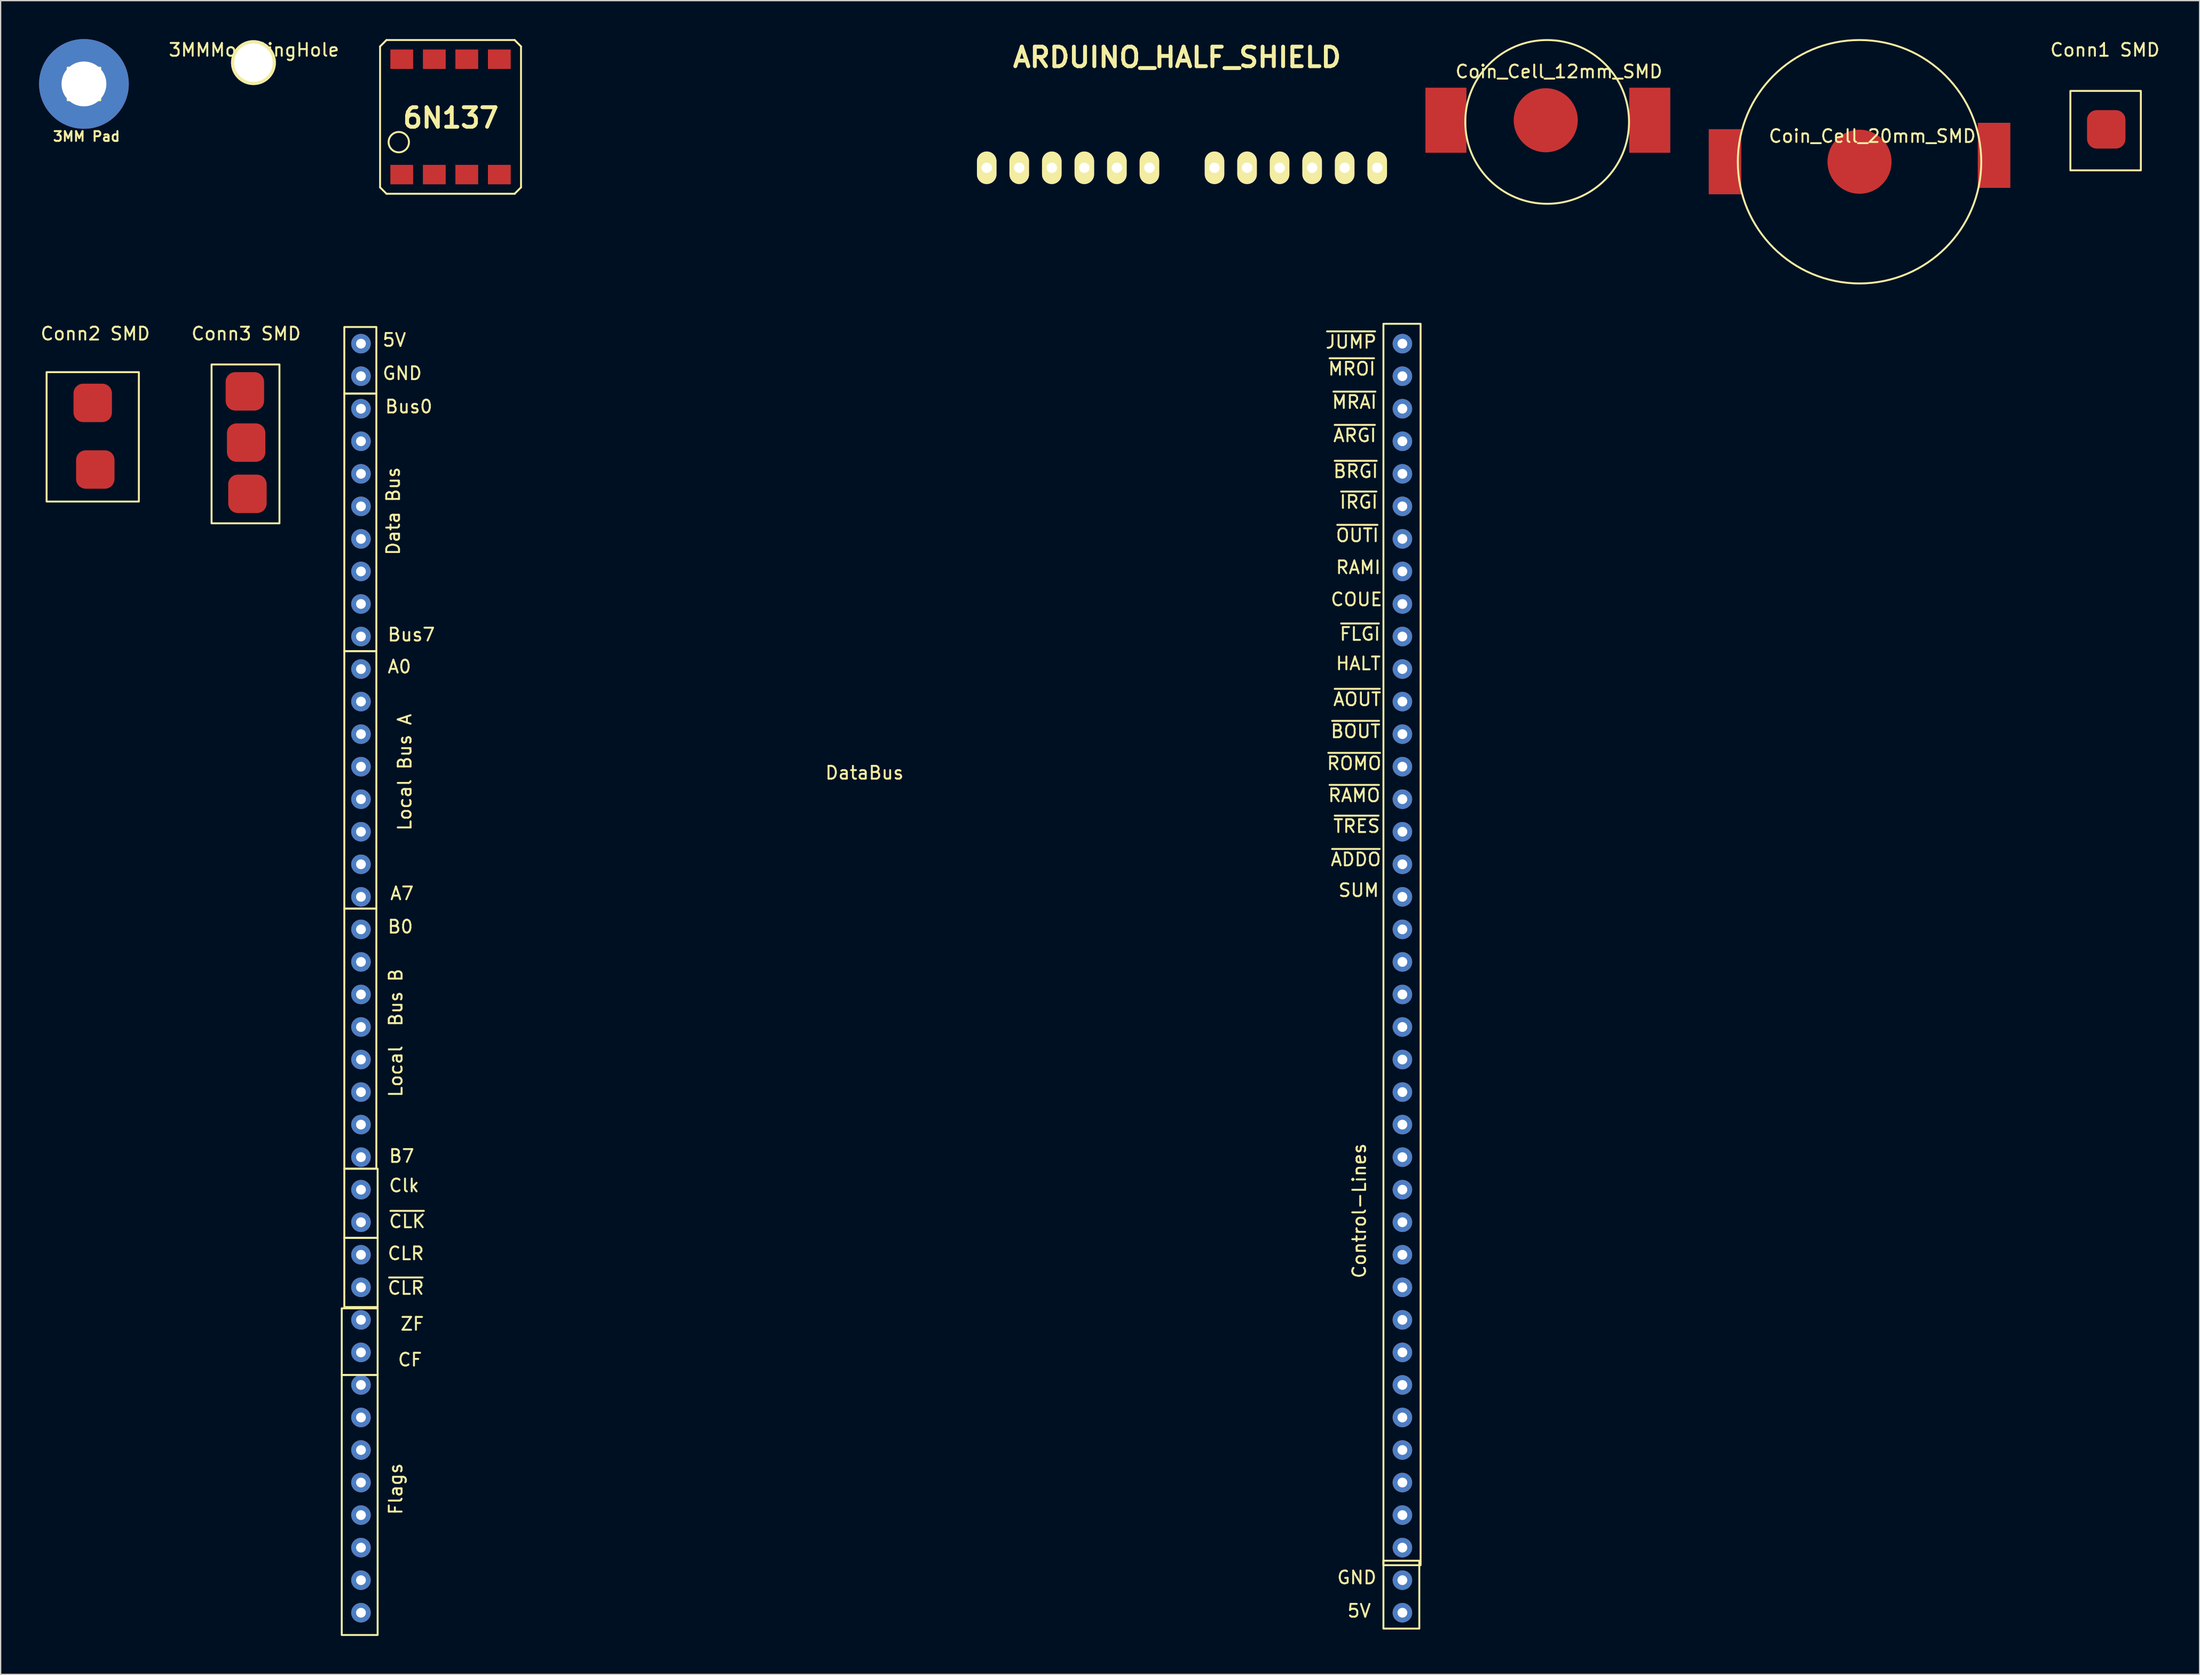
<source format=kicad_pcb>
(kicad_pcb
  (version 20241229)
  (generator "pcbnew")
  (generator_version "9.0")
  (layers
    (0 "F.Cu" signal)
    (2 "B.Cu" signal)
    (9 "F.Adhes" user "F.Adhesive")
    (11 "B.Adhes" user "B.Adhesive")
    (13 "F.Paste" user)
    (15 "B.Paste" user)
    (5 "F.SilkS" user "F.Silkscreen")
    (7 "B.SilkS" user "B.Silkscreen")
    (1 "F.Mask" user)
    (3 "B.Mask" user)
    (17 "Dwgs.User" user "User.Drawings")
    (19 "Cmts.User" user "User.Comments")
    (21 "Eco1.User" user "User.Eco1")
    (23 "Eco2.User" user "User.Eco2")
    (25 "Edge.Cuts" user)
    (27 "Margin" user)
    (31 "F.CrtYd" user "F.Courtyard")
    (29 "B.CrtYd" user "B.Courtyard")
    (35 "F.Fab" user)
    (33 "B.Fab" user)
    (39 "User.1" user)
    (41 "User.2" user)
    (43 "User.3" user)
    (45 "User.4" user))
  (footprint "3MMMountingHole"
    (layer "F.Cu")
    (at 16.771 0.848)
    (property "Reference" "3MMMountingHole" (at 0 0 0) (layer "F.SilkS") (effects (font (size 1 1) (thickness 0.15))))
    (pad "1" thru_hole circle (at -0.04 0.99) (size 3.5 3.5) (drill 3) (layers "*.Cu" "*.Mask" "F.SilkS")))
  (footprint "Conn2 SMD"
    (layer "F.Cu")
    (at 4.287 28.498)
    (property "Reference" "Conn2 SMD" (at 0.1 -5.5 0) (unlocked yes) (layer "F.SilkS") (effects (font (size 1 1) (thickness 0.15))))
    (attr smd)
    (fp_rect (start -3.7 -2.5) (end 3.5 7.6) (stroke (width 0.15) (type default)) (fill no) (layer "F.SilkS"))
    (pad "1" smd roundrect (at -0.1 -0.1) (size 3 3) (layers "F.Cu" "F.Mask" "F.Paste") (roundrect_rratio 0.25))
    (pad "2" smd roundrect (at 0.1 5.1) (size 3 3) (layers "F.Cu" "F.Mask" "F.Paste") (roundrect_rratio 0.25)))
  (footprint "Coin_Cell_12mm_SMD"
    (layer "F.Cu")
    (at 118.091 6.336)
    (property "Reference" "Coin_Cell_12mm_SMD" (at 0.53 -3.8 0) (layer "F.SilkS") (effects (font (size 1 1) (thickness 0.15))))
    (fp_circle (center -0.39 0.13) (end 6 0.21) (stroke (width 0.15) (type solid)) (fill no) (layer "F.SilkS"))
    (pad "1" smd rect (at -8.29 0) (size 3.2 5.08) (layers "F.Cu" "F.Mask" "F.Paste"))
    (pad "1" smd rect (at 7.62 0) (size 3.2 5.08) (layers "F.Cu" "F.Mask" "F.Paste"))
    (pad "2" smd circle (at -0.5 0) (size 5 5) (layers "F.Cu" "F.Mask" "F.Paste")))
  (footprint "Coin_Cell_20mm_SMD"
    (layer "F.Cu")
    (at 142.581 9.575)
    (property "Reference" "Coin_Cell_20mm_SMD" (at 0.5 -2 0) (layer "F.SilkS") (effects (font (size 1 1) (thickness 0.15))))
    (fp_circle (center -0.5 0) (end 9 0) (stroke (width 0.15) (type solid)) (fill no) (layer "F.SilkS"))
    (pad "1" smd rect (at -11 0) (size 2.54 5.08) (layers "F.Cu" "F.Mask" "F.Paste"))
    (pad "1" smd rect (at 10 -0.5) (size 2.54 5.08) (layers "F.Cu" "F.Mask" "F.Paste"))
    (pad "2" smd circle (at -0.5 0) (size 5 5) (layers "F.Cu" "F.Mask" "F.Paste")))
  (footprint "6N137"
    (layer "F.Cu")
    (at 32.114 6.075)
    (property "Reference" "6N137" (at 0.02 0.08 0) (layer "F.SilkS") (effects (font (size 1.524 1.524) (thickness 0.305))))
    (fp_line (start -5.5 -5.5) (end -5.5 5.5) (stroke (width 0.15) (type solid)) (layer "F.SilkS"))
    (fp_line (start -5.5 5.5) (end -5 6) (stroke (width 0.15) (type solid)) (layer "F.SilkS"))
    (fp_line (start -5 -6) (end -5.5 -5.5) (stroke (width 0.15) (type solid)) (layer "F.SilkS"))
    (fp_line (start -5 6) (end 5 6) (stroke (width 0.15) (type solid)) (layer "F.SilkS"))
    (fp_line (start 5 -6) (end -5 -6) (stroke (width 0.15) (type solid)) (layer "F.SilkS"))
    (fp_line (start 5 6) (end 5.5 5.5) (stroke (width 0.15) (type solid)) (layer "F.SilkS"))
    (fp_line (start 5.5 -5.5) (end 5 -6) (stroke (width 0.15) (type solid)) (layer "F.SilkS"))
    (fp_line (start 5.5 5.5) (end 5.5 -5.5) (stroke (width 0.15) (type solid)) (layer "F.SilkS"))
    (fp_circle (center -4.04 1.97) (end -3.4 2.44) (stroke (width 0.15) (type solid)) (fill no) (layer "F.SilkS"))
    (pad "1" smd rect (at -3.807 4.503 180) (size 1.778 1.519) (layers "F.Cu" "F.Mask" "F.Paste"))
    (pad "2" smd rect (at -1.267 4.503 180) (size 1.778 1.519) (layers "F.Cu" "F.Mask" "F.Paste"))
    (pad "3" smd rect (at 1.267 4.503 180) (size 1.778 1.519) (layers "F.Cu" "F.Mask" "F.Paste"))
    (pad "4" smd rect (at 3.807 4.503 180) (size 1.778 1.519) (layers "F.Cu" "F.Mask" "F.Paste"))
    (pad "5" smd rect (at 3.807 -4.503) (size 1.778 1.519) (layers "F.Cu" "F.Mask" "F.Paste"))
    (pad "6" smd rect (at 1.267 -4.503) (size 1.778 1.519) (layers "F.Cu" "F.Mask" "F.Paste"))
    (pad "7" smd rect (at -1.267 -4.503) (size 1.778 1.519) (layers "F.Cu" "F.Mask" "F.Paste"))
    (pad "8" smd rect (at -3.807 -4.503) (size 1.778 1.519) (layers "F.Cu" "F.Mask" "F.Paste")))
  (footprint "Conn1 SMD"
    (layer "F.Cu")
    (at 161.237 7.148)
    (property "Reference" "Conn1 SMD" (at 0 -6.3 0) (unlocked yes) (layer "F.SilkS") (effects (font (size 1 1) (thickness 0.15))))
    (attr smd)
    (fp_rect (start -2.7 -3.1) (end 2.8 3.1) (stroke (width 0.15) (type default)) (fill no) (layer "F.SilkS"))
    (pad "1" smd roundrect (at 0.1 -0.1) (size 3 3) (layers "F.Cu" "F.Mask" "F.Paste") (roundrect_rratio 0.25)))
  (footprint "DataBus"
    (layer "F.Cu")
    (at 64.923 59.975)
    (property "Reference" "DataBus" (at -0.5 -2.7 0) (unlocked yes) (layer "F.SilkS") (effects (font (size 1 1) (thickness 0.15))))
    (attr through_hole)
    (fp_rect (start -41.3 39.1) (end -38.5 44.3) (stroke (width 0.15) (type default)) (fill no) (layer "F.SilkS"))
    (fp_rect (start -41.3 44.3) (end -38.5 64.6) (stroke (width 0.15) (type default)) (fill no) (layer "F.SilkS"))
    (fp_rect (start -41.1 -37.5) (end -38.6 -32.3) (stroke (width 0.15) (type default)) (fill no) (layer "F.SilkS"))
    (fp_rect (start -41.1 -32.3) (end -38.6 -12.2) (stroke (width 0.15) (type default)) (fill no) (layer "F.SilkS"))
    (fp_rect (start -41.1 -12.2) (end -38.6 7.9) (stroke (width 0.15) (type default)) (fill no) (layer "F.SilkS"))
    (fp_rect (start -41.1 7.9) (end -38.6 28.2) (stroke (width 0.15) (type default)) (fill no) (layer "F.SilkS"))
    (fp_rect (start -41.1 28.2) (end -38.5 33.6) (stroke (width 0.15) (type default)) (fill no) (layer "F.SilkS"))
    (fp_rect (start -41.1 33.6) (end -38.5 39) (stroke (width 0.15) (type default)) (fill no) (layer "F.SilkS"))
    (fp_rect (start 40 -37.75) (end 42.9 59.15) (stroke (width 0.15) (type default)) (fill no) (layer "F.SilkS"))
    (fp_rect (start 40 58.8) (end 42.8 64.1) (stroke (width 0.15) (type default)) (fill no) (layer "F.SilkS"))
    (fp_text user "SUM" (at 36.4 7.05 0) (unlocked yes) (layer "F.SilkS") (effects (font (size 1 1) (thickness 0.15)) (justify left bottom)))
    (fp_text user "~{MROI}" (at 35.6 -33.65 0) (unlocked yes) (layer "F.SilkS") (effects (font (size 1 1) (thickness 0.15)) (justify left bottom)))
    (fp_text user "~{RAMO}" (at 35.6 -0.35 0) (unlocked yes) (layer "F.SilkS") (effects (font (size 1 1) (thickness 0.15)) (justify left bottom)))
    (fp_text user "Clk" (at -37.7 30.1 0) (unlocked yes) (layer "F.SilkS") (effects (font (size 1 1) (thickness 0.15)) (justify left bottom)))
    (fp_text user "Control-Lines" (at 38.7 36.85 90) (unlocked yes) (layer "F.SilkS") (effects (font (size 1 1) (thickness 0.15)) (justify left bottom)))
    (fp_text user "~{BOUT}" (at 35.8 -5.35 0) (unlocked yes) (layer "F.SilkS") (effects (font (size 1 1) (thickness 0.15)) (justify left bottom)))
    (fp_text user "HALT" (at 36.2 -10.65 0) (unlocked yes) (layer "F.SilkS") (effects (font (size 1 1) (thickness 0.15)) (justify left bottom)))
    (fp_text user "~{AOUT}" (at 36 -7.85 0) (unlocked yes) (layer "F.SilkS") (effects (font (size 1 1) (thickness 0.15)) (justify left bottom)))
    (fp_text user "COUE" (at 35.8 -15.65 0) (unlocked yes) (layer "F.SilkS") (effects (font (size 1 1) (thickness 0.15)) (justify left bottom)))
    (fp_text user "Flags" (at -36.5 55.3 90) (unlocked yes) (layer "F.SilkS") (effects (font (size 1 1) (thickness 0.15)) (justify left bottom)))
    (fp_text user "~{CLR}" (at -37.8 38.1 0) (unlocked yes) (layer "F.SilkS") (effects (font (size 1 1) (thickness 0.15)) (justify left bottom)))
    (fp_text user "CLR" (at -37.8 35.4 0) (unlocked yes) (layer "F.SilkS") (effects (font (size 1 1) (thickness 0.15)) (justify left bottom)))
    (fp_text user "~{BRGI}" (at 36 -25.65 0) (unlocked yes) (layer "F.SilkS") (effects (font (size 1 1) (thickness 0.15)) (justify left bottom)))
    (fp_text user "~{ADDO}" (at 35.8 4.65 0) (unlocked yes) (layer "F.SilkS") (effects (font (size 1 1) (thickness 0.15)) (justify left bottom)))
    (fp_text user "A0" (at -37.8 -10.4 0) (unlocked yes) (layer "F.SilkS") (effects (font (size 1 1) (thickness 0.15)) (justify left bottom)))
    (fp_text user "~{IRGI}" (at 36.5 -23.25 0) (unlocked yes) (layer "F.SilkS") (effects (font (size 1 1) (thickness 0.15)) (justify left bottom)))
    (fp_text user "5V" (at 37.1 63.3 0) (unlocked yes) (layer "F.SilkS") (effects (font (size 1 1) (thickness 0.15)) (justify left bottom)))
    (fp_text user "B0" (at -37.8 9.9 0) (unlocked yes) (layer "F.SilkS") (effects (font (size 1 1) (thickness 0.15)) (justify left bottom)))
    (fp_text user "GND" (at -38.2 -33.3 0) (unlocked yes) (layer "F.SilkS") (effects (font (size 1 1) (thickness 0.15)) (justify left bottom)))
    (fp_text user "~{CLK}" (at -37.7 32.9 0) (unlocked yes) (layer "F.SilkS") (effects (font (size 1 1) (thickness 0.15)) (justify left bottom)))
    (fp_text user "~{OUTI}" (at 36.2 -20.65 0) (unlocked yes) (layer "F.SilkS") (effects (font (size 1 1) (thickness 0.15)) (justify left bottom)))
    (fp_text user "CF" (at -37 43.7 0) (unlocked yes) (layer "F.SilkS") (effects (font (size 1 1) (thickness 0.15)) (justify left bottom)))
    (fp_text user "~{FLGI}" (at 36.5 -12.95 0) (unlocked yes) (layer "F.SilkS") (effects (font (size 1 1) (thickness 0.15)) (justify left bottom)))
    (fp_text user "~{ROMO}" (at 35.5 -2.85 0) (unlocked yes) (layer "F.SilkS") (effects (font (size 1 1) (thickness 0.15)) (justify left bottom)))
    (fp_text user "Data Bus" (at -36.7 -19.6 90) (unlocked yes) (layer "F.SilkS") (effects (font (size 1 1) (thickness 0.15)) (justify left bottom)))
    (fp_text user "~{ARGI}" (at 36 -28.45 0) (unlocked yes) (layer "F.SilkS") (effects (font (size 1 1) (thickness 0.15)) (justify left bottom)))
    (fp_text user "Local Bus A" (at -35.8 1.9 90) (unlocked yes) (layer "F.SilkS") (effects (font (size 1 1) (thickness 0.15)) (justify left bottom)))
    (fp_text user "Bus0" (at -38 -30.7 0) (unlocked yes) (layer "F.SilkS") (effects (font (size 1 1) (thickness 0.15)) (justify left bottom)))
    (fp_text user "~{MRAI}" (at 35.9 -31.05 0) (unlocked yes) (layer "F.SilkS") (effects (font (size 1 1) (thickness 0.15)) (justify left bottom)))
    (fp_text user "B7" (at -37.7 27.8 0) (unlocked yes) (layer "F.SilkS") (effects (font (size 1 1) (thickness 0.15)) (justify left bottom)))
    (fp_text user "~{JUMP}" (at 35.4 -35.75 0) (unlocked yes) (layer "F.SilkS") (effects (font (size 1 1) (thickness 0.15)) (justify left bottom)))
    (fp_text user "RAMI" (at 36.2 -18.15 0) (unlocked yes) (layer "F.SilkS") (effects (font (size 1 1) (thickness 0.15)) (justify left bottom)))
    (fp_text user "5V" (at -38.2 -35.9 0) (unlocked yes) (layer "F.SilkS") (effects (font (size 1 1) (thickness 0.15)) (justify left bottom)))
    (fp_text user "ZF" (at -36.8 40.9 0) (unlocked yes) (layer "F.SilkS") (effects (font (size 1 1) (thickness 0.15)) (justify left bottom)))
    (fp_text user "Bus7" (at -37.8 -12.9 0) (unlocked yes) (layer "F.SilkS") (effects (font (size 1 1) (thickness 0.15)) (justify left bottom)))
    (fp_text user "Local  Bus B" (at -36.5 22.7 90) (unlocked yes) (layer "F.SilkS") (effects (font (size 1 1) (thickness 0.15)) (justify left bottom)))
    (fp_text user "A7" (at -37.6 7.3 0) (unlocked yes) (layer "F.SilkS") (effects (font (size 1 1) (thickness 0.15)) (justify left bottom)))
    (fp_text user "~{TRES}" (at 36 2.05 0) (unlocked yes) (layer "F.SilkS") (effects (font (size 1 1) (thickness 0.15)) (justify left bottom)))
    (fp_text user "GND" (at 36.3 60.7 0) (unlocked yes) (layer "F.SilkS") (effects (font (size 1 1) (thickness 0.15)) (justify left bottom)))
    (pad "1" thru_hole circle (at -39.8 -36.2) (size 1.524 1.524) (drill 0.762) (layers "*.Cu" "*.Mask"))
    (pad "2" thru_hole circle (at -39.8 -33.66) (size 1.524 1.524) (drill 0.762) (layers "*.Cu" "*.Mask"))
    (pad "3" thru_hole circle (at -39.8 -31.12) (size 1.524 1.524) (drill 0.762) (layers "*.Cu" "*.Mask"))
    (pad "4" thru_hole circle (at -39.8 -28.58) (size 1.524 1.524) (drill 0.762) (layers "*.Cu" "*.Mask"))
    (pad "5" thru_hole circle (at -39.8 -26.04) (size 1.524 1.524) (drill 0.762) (layers "*.Cu" "*.Mask"))
    (pad "6" thru_hole circle (at -39.8 -23.5) (size 1.524 1.524) (drill 0.762) (layers "*.Cu" "*.Mask"))
    (pad "7" thru_hole circle (at -39.8 -20.96) (size 1.524 1.524) (drill 0.762) (layers "*.Cu" "*.Mask"))
    (pad "8" thru_hole circle (at -39.8 -18.42) (size 1.524 1.524) (drill 0.762) (layers "*.Cu" "*.Mask"))
    (pad "9" thru_hole circle (at -39.8 -15.88) (size 1.524 1.524) (drill 0.762) (layers "*.Cu" "*.Mask"))
    (pad "10" thru_hole circle (at -39.8 -13.34) (size 1.524 1.524) (drill 0.762) (layers "*.Cu" "*.Mask"))
    (pad "11" thru_hole circle (at -39.8 -10.8) (size 1.524 1.524) (drill 0.762) (layers "*.Cu" "*.Mask"))
    (pad "12" thru_hole circle (at -39.8 -8.26) (size 1.524 1.524) (drill 0.762) (layers "*.Cu" "*.Mask"))
    (pad "13" thru_hole circle (at -39.8 -5.72) (size 1.524 1.524) (drill 0.762) (layers "*.Cu" "*.Mask"))
    (pad "14" thru_hole circle (at -39.8 -3.18) (size 1.524 1.524) (drill 0.762) (layers "*.Cu" "*.Mask"))
    (pad "15" thru_hole circle (at -39.8 -0.64) (size 1.524 1.524) (drill 0.762) (layers "*.Cu" "*.Mask"))
    (pad "16" thru_hole circle (at -39.8 1.9) (size 1.524 1.524) (drill 0.762) (layers "*.Cu" "*.Mask"))
    (pad "17" thru_hole circle (at -39.8 4.44) (size 1.524 1.524) (drill 0.762) (layers "*.Cu" "*.Mask"))
    (pad "18" thru_hole circle (at -39.8 6.98) (size 1.524 1.524) (drill 0.762) (layers "*.Cu" "*.Mask"))
    (pad "19" thru_hole circle (at -39.8 9.52) (size 1.524 1.524) (drill 0.762) (layers "*.Cu" "*.Mask"))
    (pad "20" thru_hole circle (at -39.8 12.06) (size 1.524 1.524) (drill 0.762) (layers "*.Cu" "*.Mask"))
    (pad "21" thru_hole circle (at -39.8 14.6) (size 1.524 1.524) (drill 0.762) (layers "*.Cu" "*.Mask"))
    (pad "22" thru_hole circle (at -39.8 17.14) (size 1.524 1.524) (drill 0.762) (layers "*.Cu" "*.Mask"))
    (pad "23" thru_hole circle (at -39.8 19.68) (size 1.524 1.524) (drill 0.762) (layers "*.Cu" "*.Mask"))
    (pad "24" thru_hole circle (at -39.8 22.22) (size 1.524 1.524) (drill 0.762) (layers "*.Cu" "*.Mask"))
    (pad "25" thru_hole circle (at -39.8 24.76) (size 1.524 1.524) (drill 0.762) (layers "*.Cu" "*.Mask"))
    (pad "26" thru_hole circle (at -39.8 27.3) (size 1.524 1.524) (drill 0.762) (layers "*.Cu" "*.Mask"))
    (pad "27" thru_hole circle (at -39.8 29.84) (size 1.524 1.524) (drill 0.762) (layers "*.Cu" "*.Mask"))
    (pad "28" thru_hole circle (at -39.8 32.38) (size 1.524 1.524) (drill 0.762) (layers "*.Cu" "*.Mask"))
    (pad "29" thru_hole circle (at -39.8 34.92) (size 1.524 1.524) (drill 0.762) (layers "*.Cu" "*.Mask"))
    (pad "30" thru_hole circle (at -39.8 37.46) (size 1.524 1.524) (drill 0.762) (layers "*.Cu" "*.Mask"))
    (pad "31" thru_hole circle (at -39.8 40) (size 1.524 1.524) (drill 0.762) (layers "*.Cu" "*.Mask"))
    (pad "32" thru_hole circle (at -39.8 42.54) (size 1.524 1.524) (drill 0.762) (layers "*.Cu" "*.Mask"))
    (pad "33" thru_hole circle (at -39.8 45.08) (size 1.524 1.524) (drill 0.762) (layers "*.Cu" "*.Mask"))
    (pad "34" thru_hole circle (at -39.8 47.62) (size 1.524 1.524) (drill 0.762) (layers "*.Cu" "*.Mask"))
    (pad "35" thru_hole circle (at -39.8 50.16) (size 1.524 1.524) (drill 0.762) (layers "*.Cu" "*.Mask"))
    (pad "36" thru_hole circle (at -39.8 52.7) (size 1.524 1.524) (drill 0.762) (layers "*.Cu" "*.Mask"))
    (pad "37" thru_hole circle (at -39.8 55.24) (size 1.524 1.524) (drill 0.762) (layers "*.Cu" "*.Mask"))
    (pad "38" thru_hole circle (at -39.8 57.78) (size 1.524 1.524) (drill 0.762) (layers "*.Cu" "*.Mask"))
    (pad "39" thru_hole circle (at -39.8 60.32) (size 1.524 1.524) (drill 0.762) (layers "*.Cu" "*.Mask"))
    (pad "40" thru_hole circle (at -39.8 62.86) (size 1.524 1.524) (drill 0.762) (layers "*.Cu" "*.Mask"))
    (pad "41" thru_hole circle (at 41.48 62.86) (size 1.524 1.524) (drill 0.762) (layers "*.Cu" "*.Mask"))
    (pad "42" thru_hole circle (at 41.48 60.32) (size 1.524 1.524) (drill 0.762) (layers "*.Cu" "*.Mask"))
    (pad "43" thru_hole circle (at 41.48 57.78) (size 1.524 1.524) (drill 0.762) (layers "*.Cu" "*.Mask"))
    (pad "44" thru_hole circle (at 41.48 55.24) (size 1.524 1.524) (drill 0.762) (layers "*.Cu" "*.Mask"))
    (pad "45" thru_hole circle (at 41.48 52.7) (size 1.524 1.524) (drill 0.762) (layers "*.Cu" "*.Mask"))
    (pad "46" thru_hole circle (at 41.48 50.16) (size 1.524 1.524) (drill 0.762) (layers "*.Cu" "*.Mask"))
    (pad "47" thru_hole circle (at 41.48 47.62) (size 1.524 1.524) (drill 0.762) (layers "*.Cu" "*.Mask"))
    (pad "48" thru_hole circle (at 41.48 45.08) (size 1.524 1.524) (drill 0.762) (layers "*.Cu" "*.Mask"))
    (pad "49" thru_hole circle (at 41.48 42.54) (size 1.524 1.524) (drill 0.762) (layers "*.Cu" "*.Mask"))
    (pad "50" thru_hole circle (at 41.48 40) (size 1.524 1.524) (drill 0.762) (layers "*.Cu" "*.Mask"))
    (pad "51" thru_hole circle (at 41.48 37.46) (size 1.524 1.524) (drill 0.762) (layers "*.Cu" "*.Mask"))
    (pad "52" thru_hole circle (at 41.48 34.92) (size 1.524 1.524) (drill 0.762) (layers "*.Cu" "*.Mask"))
    (pad "53" thru_hole circle (at 41.48 32.38) (size 1.524 1.524) (drill 0.762) (layers "*.Cu" "*.Mask"))
    (pad "54" thru_hole circle (at 41.48 29.84) (size 1.524 1.524) (drill 0.762) (layers "*.Cu" "*.Mask"))
    (pad "55" thru_hole circle (at 41.48 27.3) (size 1.524 1.524) (drill 0.762) (layers "*.Cu" "*.Mask"))
    (pad "56" thru_hole circle (at 41.48 24.76) (size 1.524 1.524) (drill 0.762) (layers "*.Cu" "*.Mask"))
    (pad "57" thru_hole circle (at 41.48 22.22) (size 1.524 1.524) (drill 0.762) (layers "*.Cu" "*.Mask"))
    (pad "58" thru_hole circle (at 41.48 19.68) (size 1.524 1.524) (drill 0.762) (layers "*.Cu" "*.Mask"))
    (pad "59" thru_hole circle (at 41.48 17.14) (size 1.524 1.524) (drill 0.762) (layers "*.Cu" "*.Mask"))
    (pad "60" thru_hole circle (at 41.48 14.6) (size 1.524 1.524) (drill 0.762) (layers "*.Cu" "*.Mask"))
    (pad "61" thru_hole circle (at 41.48 12.06) (size 1.524 1.524) (drill 0.762) (layers "*.Cu" "*.Mask"))
    (pad "62" thru_hole circle (at 41.48 9.52) (size 1.524 1.524) (drill 0.762) (layers "*.Cu" "*.Mask"))
    (pad "63" thru_hole circle (at 41.48 6.98) (size 1.524 1.524) (drill 0.762) (layers "*.Cu" "*.Mask"))
    (pad "64" thru_hole circle (at 41.48 4.44) (size 1.524 1.524) (drill 0.762) (layers "*.Cu" "*.Mask"))
    (pad "65" thru_hole circle (at 41.48 1.9) (size 1.524 1.524) (drill 0.762) (layers "*.Cu" "*.Mask"))
    (pad "66" thru_hole circle (at 41.48 -0.64) (size 1.524 1.524) (drill 0.762) (layers "*.Cu" "*.Mask"))
    (pad "67" thru_hole circle (at 41.48 -3.18) (size 1.524 1.524) (drill 0.762) (layers "*.Cu" "*.Mask"))
    (pad "68" thru_hole circle (at 41.48 -5.72) (size 1.524 1.524) (drill 0.762) (layers "*.Cu" "*.Mask"))
    (pad "69" thru_hole circle (at 41.48 -8.26) (size 1.524 1.524) (drill 0.762) (layers "*.Cu" "*.Mask"))
    (pad "70" thru_hole circle (at 41.48 -10.8) (size 1.524 1.524) (drill 0.762) (layers "*.Cu" "*.Mask"))
    (pad "71" thru_hole circle (at 41.48 -13.34) (size 1.524 1.524) (drill 0.762) (layers "*.Cu" "*.Mask"))
    (pad "72" thru_hole circle (at 41.48 -15.88) (size 1.524 1.524) (drill 0.762) (layers "*.Cu" "*.Mask"))
    (pad "73" thru_hole circle (at 41.48 -18.42) (size 1.524 1.524) (drill 0.762) (layers "*.Cu" "*.Mask"))
    (pad "74" thru_hole circle (at 41.48 -20.96) (size 1.524 1.524) (drill 0.762) (layers "*.Cu" "*.Mask"))
    (pad "75" thru_hole circle (at 41.48 -23.5) (size 1.524 1.524) (drill 0.762) (layers "*.Cu" "*.Mask"))
    (pad "76" thru_hole circle (at 41.48 -26.04) (size 1.524 1.524) (drill 0.762) (layers "*.Cu" "*.Mask"))
    (pad "77" thru_hole circle (at 41.48 -28.58) (size 1.524 1.524) (drill 0.762) (layers "*.Cu" "*.Mask"))
    (pad "78" thru_hole circle (at 41.48 -31.12) (size 1.524 1.524) (drill 0.762) (layers "*.Cu" "*.Mask"))
    (pad "79" thru_hole circle (at 41.48 -33.66) (size 1.524 1.524) (drill 0.762) (layers "*.Cu" "*.Mask"))
    (pad "80" thru_hole circle (at 41.48 -36.2) (size 1.524 1.524) (drill 0.762) (layers "*.Cu" "*.Mask")))
  (footprint "Conn3 SMD"
    (layer "F.Cu")
    (at 16.061 31.398)
    (property "Reference" "Conn3 SMD" (at 0.1 -8.4 0) (unlocked yes) (layer "F.SilkS") (effects (font (size 1 1) (thickness 0.15))))
    (attr smd)
    (fp_rect (start -2.6 -6) (end 2.7 6.4) (stroke (width 0.15) (type default)) (fill no) (layer "F.SilkS"))
    (pad "1" smd roundrect (at 0 -3.9) (size 3 3) (layers "F.Cu" "F.Mask" "F.Paste") (roundrect_rratio 0.25))
    (pad "2" smd roundrect (at 0.1 0.1) (size 3 3) (layers "F.Cu" "F.Mask" "F.Paste") (roundrect_rratio 0.25))
    (pad "3" smd roundrect (at 0.2 4.1) (size 3 3) (layers "F.Cu" "F.Mask" "F.Paste") (roundrect_rratio 0.25)))
  (footprint "ARDUINO_HALF_SHIELD"
    (layer "F.Cu")
    (at 40.939 12.586)
    (property "Reference" "ARDUINO_HALF_SHIELD" (at 47.88 -11.16 0) (layer "F.SilkS") (effects (font (size 1.524 1.524) (thickness 0.305))))
    (pad "3V3" thru_hole oval (at 35.56 -2.54 90) (size 2.54 1.524) (drill 0.813) (layers "*.Cu" "*.Mask" "F.SilkS"))
    (pad "5V" thru_hole oval (at 38.1 -2.54 90) (size 2.54 1.524) (drill 0.813) (layers "*.Cu" "*.Mask" "F.SilkS"))
    (pad "AD0" thru_hole oval (at 50.8 -2.54 90) (size 2.54 1.524) (drill 0.813) (layers "*.Cu" "*.Mask" "F.SilkS"))
    (pad "AD1" thru_hole oval (at 53.34 -2.54 90) (size 2.54 1.524) (drill 0.813) (layers "*.Cu" "*.Mask" "F.SilkS"))
    (pad "AD2" thru_hole oval (at 55.88 -2.54 90) (size 2.54 1.524) (drill 0.813) (layers "*.Cu" "*.Mask" "F.SilkS"))
    (pad "AD3" thru_hole oval (at 58.42 -2.54 90) (size 2.54 1.524) (drill 0.813) (layers "*.Cu" "*.Mask" "F.SilkS"))
    (pad "AD4" thru_hole oval (at 60.96 -2.54 90) (size 2.54 1.524) (drill 0.813) (layers "*.Cu" "*.Mask" "F.SilkS"))
    (pad "AD5" thru_hole oval (at 63.5 -2.54 90) (size 2.54 1.524) (drill 0.813) (layers "*.Cu" "*.Mask" "F.SilkS"))
    (pad "GND1" thru_hole oval (at 40.64 -2.54 90) (size 2.54 1.524) (drill 0.813) (layers "*.Cu" "*.Mask" "F.SilkS"))
    (pad "GND2" thru_hole oval (at 43.18 -2.54 90) (size 2.54 1.524) (drill 0.813) (layers "*.Cu" "*.Mask" "F.SilkS"))
    (pad "RST" thru_hole oval (at 33.02 -2.54 90) (size 2.54 1.524) (drill 0.813) (layers "*.Cu" "*.Mask" "F.SilkS"))
    (pad "V_IN" thru_hole oval (at 45.72 -2.54 90) (size 2.54 1.524) (drill 0.813) (layers "*.Cu" "*.Mask" "F.SilkS")))
  (footprint "3MM Pad"
    (layer "F.Cu")
    (at 3.501 3.501)
    (property "Reference" "3MM Pad" (at 0.2 4.1 0) (layer "F.SilkS") (effects (font (size 0.762 0.762) (thickness 0.152))))
    (fp_line (start -1.27 -1.27) (end 1.27 -1.27) (stroke (width 0.152) (type solid)) (layer "F.SilkS"))
    (fp_line (start -1.27 1.27) (end -1.27 -1.27) (stroke (width 0.152) (type solid)) (layer "F.SilkS"))
    (fp_line (start 1.27 -1.27) (end 1.27 1.27) (stroke (width 0.152) (type solid)) (layer "F.SilkS"))
    (fp_line (start 1.27 1.27) (end -1.27 1.27) (stroke (width 0.152) (type solid)) (layer "F.SilkS"))
    (pad "1" thru_hole circle (at 0 0) (size 7.003 7.003) (drill 3.5) (layers "*.Cu" "*.Mask")))
  (gr_rect
    (start -3 -3)
    (end 168.624 127.65)
    (stroke (width 0.1) (type default))
    (fill no)
    (layer "Edge.Cuts")))
</source>
